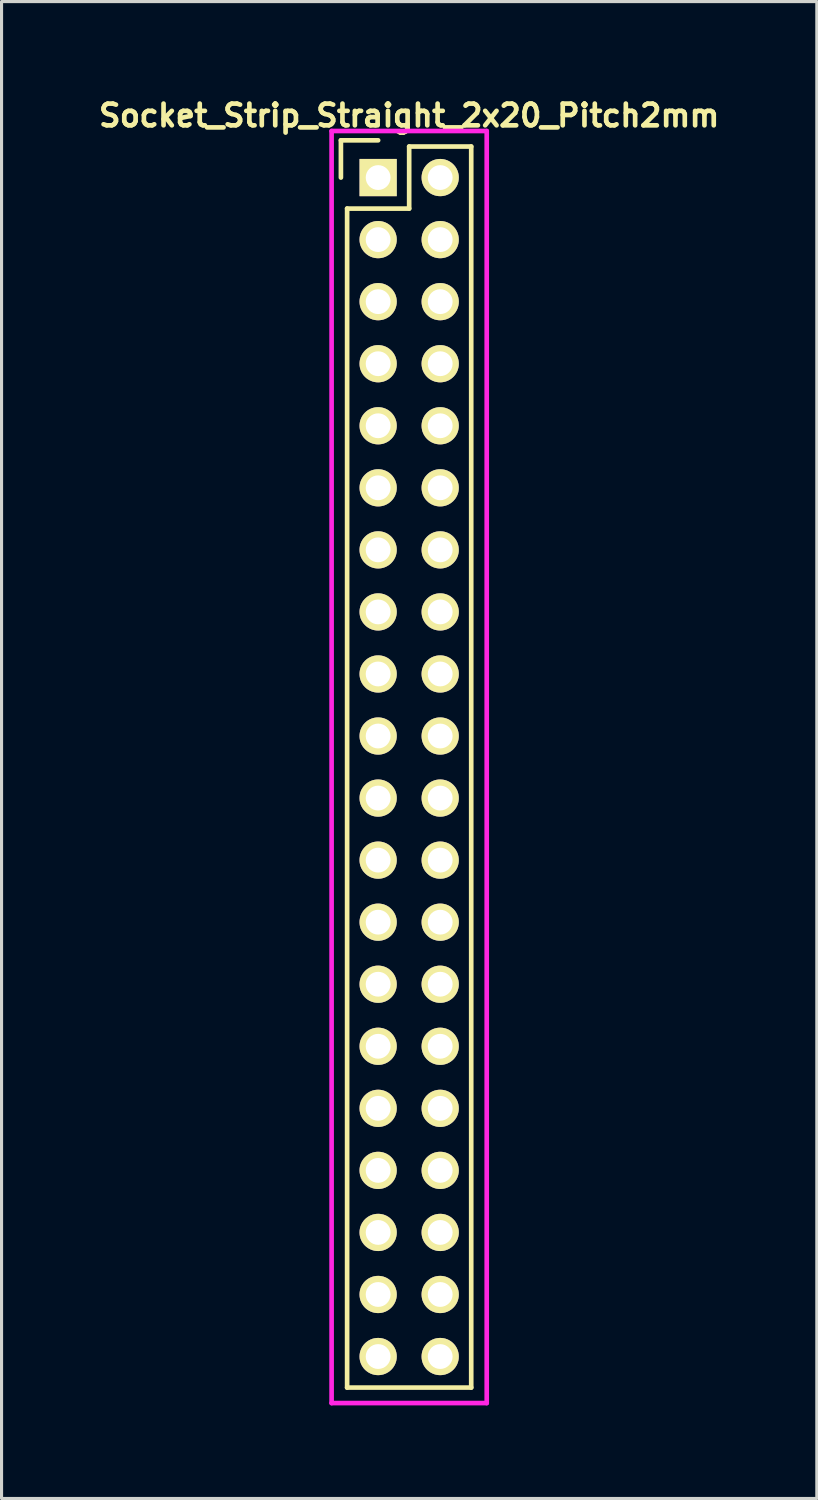
<source format=kicad_pcb>
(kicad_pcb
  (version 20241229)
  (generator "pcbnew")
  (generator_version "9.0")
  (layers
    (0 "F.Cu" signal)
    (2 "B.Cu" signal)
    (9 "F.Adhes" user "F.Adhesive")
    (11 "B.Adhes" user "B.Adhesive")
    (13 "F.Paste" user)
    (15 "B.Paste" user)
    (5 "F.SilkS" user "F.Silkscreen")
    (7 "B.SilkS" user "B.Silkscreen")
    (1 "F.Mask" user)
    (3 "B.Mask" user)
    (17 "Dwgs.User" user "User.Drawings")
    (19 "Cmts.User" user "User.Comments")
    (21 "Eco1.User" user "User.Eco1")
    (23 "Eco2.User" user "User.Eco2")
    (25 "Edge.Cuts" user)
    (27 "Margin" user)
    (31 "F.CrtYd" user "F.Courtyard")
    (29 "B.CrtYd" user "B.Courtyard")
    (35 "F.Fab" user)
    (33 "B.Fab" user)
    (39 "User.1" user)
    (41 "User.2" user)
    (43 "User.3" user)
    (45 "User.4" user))
  (footprint "Socket_Strip_Straight_2x20_Pitch2mm"
    (layer "F.Cu")
    (at 9.138 2.673)
    (property "Reference" "Socket_Strip_Straight_2x20_Pitch2mm" (at 1 -2 0) (layer "F.SilkS") (effects (font (size 0.7 0.7) (thickness 0.15))))
    (attr through_hole)
    (fp_line (start -1.2 -1.2) (end -1.2 0) (stroke (width 0.15) (type solid)) (layer "F.SilkS"))
    (fp_line (start -1 1) (end -1 39) (stroke (width 0.15) (type solid)) (layer "F.SilkS"))
    (fp_line (start -1 39) (end 3 39) (stroke (width 0.15) (type solid)) (layer "F.SilkS"))
    (fp_line (start 0 -1.2) (end -1.2 -1.2) (stroke (width 0.15) (type solid)) (layer "F.SilkS"))
    (fp_line (start 1 -1) (end 1 1) (stroke (width 0.15) (type solid)) (layer "F.SilkS"))
    (fp_line (start 1 1) (end -1 1) (stroke (width 0.15) (type solid)) (layer "F.SilkS"))
    (fp_line (start 3 -1) (end 1 -1) (stroke (width 0.15) (type solid)) (layer "F.SilkS"))
    (fp_line (start 3 39) (end 3 -1) (stroke (width 0.15) (type solid)) (layer "F.SilkS"))
    (fp_line (start -1.5 -1.5) (end 3.5 -1.5) (stroke (width 0.15) (type solid)) (layer "F.CrtYd"))
    (fp_line (start -1.5 39.5) (end -1.5 -1.5) (stroke (width 0.15) (type solid)) (layer "F.CrtYd"))
    (fp_line (start 3.5 -1.5) (end 3.5 39.5) (stroke (width 0.15) (type solid)) (layer "F.CrtYd"))
    (fp_line (start 3.5 39.5) (end -1.5 39.5) (stroke (width 0.15) (type solid)) (layer "F.CrtYd"))
    (pad "1" thru_hole rect (at 0 0) (size 1.2 1.2) (drill 0.8) (layers "*.Cu" "*.Mask" "F.SilkS"))
    (pad "2" thru_hole circle (at 2 0 270) (size 1.2 1.2) (drill 0.8) (layers "*.Cu" "*.Mask" "F.SilkS"))
    (pad "3" thru_hole circle (at 0 2 270) (size 1.2 1.2) (drill 0.8) (layers "*.Cu" "*.Mask" "F.SilkS"))
    (pad "4" thru_hole circle (at 2 2 270) (size 1.2 1.2) (drill 0.8) (layers "*.Cu" "*.Mask" "F.SilkS"))
    (pad "5" thru_hole circle (at 0 4 270) (size 1.2 1.2) (drill 0.8) (layers "*.Cu" "*.Mask" "F.SilkS"))
    (pad "6" thru_hole circle (at 2 4 270) (size 1.2 1.2) (drill 0.8) (layers "*.Cu" "*.Mask" "F.SilkS"))
    (pad "7" thru_hole circle (at 0 6 270) (size 1.2 1.2) (drill 0.8) (layers "*.Cu" "*.Mask" "F.SilkS"))
    (pad "8" thru_hole circle (at 2 6 270) (size 1.2 1.2) (drill 0.8) (layers "*.Cu" "*.Mask" "F.SilkS"))
    (pad "9" thru_hole circle (at 0 8 270) (size 1.2 1.2) (drill 0.8) (layers "*.Cu" "*.Mask" "F.SilkS"))
    (pad "10" thru_hole circle (at 2 8 270) (size 1.2 1.2) (drill 0.8) (layers "*.Cu" "*.Mask" "F.SilkS"))
    (pad "11" thru_hole circle (at 0 10 270) (size 1.2 1.2) (drill 0.8) (layers "*.Cu" "*.Mask" "F.SilkS"))
    (pad "12" thru_hole circle (at 2 10 270) (size 1.2 1.2) (drill 0.8) (layers "*.Cu" "*.Mask" "F.SilkS"))
    (pad "13" thru_hole circle (at 0 12 270) (size 1.2 1.2) (drill 0.8) (layers "*.Cu" "*.Mask" "F.SilkS"))
    (pad "14" thru_hole circle (at 2 12 270) (size 1.2 1.2) (drill 0.8) (layers "*.Cu" "*.Mask" "F.SilkS"))
    (pad "15" thru_hole circle (at 0 14 270) (size 1.2 1.2) (drill 0.8) (layers "*.Cu" "*.Mask" "F.SilkS"))
    (pad "16" thru_hole circle (at 2 14 270) (size 1.2 1.2) (drill 0.8) (layers "*.Cu" "*.Mask" "F.SilkS"))
    (pad "17" thru_hole circle (at 0 16 270) (size 1.2 1.2) (drill 0.8) (layers "*.Cu" "*.Mask" "F.SilkS"))
    (pad "18" thru_hole circle (at 2 16 270) (size 1.2 1.2) (drill 0.8) (layers "*.Cu" "*.Mask" "F.SilkS"))
    (pad "19" thru_hole circle (at 0 18 270) (size 1.2 1.2) (drill 0.8) (layers "*.Cu" "*.Mask" "F.SilkS"))
    (pad "20" thru_hole circle (at 2 18 270) (size 1.2 1.2) (drill 0.8) (layers "*.Cu" "*.Mask" "F.SilkS"))
    (pad "21" thru_hole circle (at 0 20 270) (size 1.2 1.2) (drill 0.8) (layers "*.Cu" "*.Mask" "F.SilkS"))
    (pad "22" thru_hole circle (at 2 20 270) (size 1.2 1.2) (drill 0.8) (layers "*.Cu" "*.Mask" "F.SilkS"))
    (pad "23" thru_hole circle (at 0 22 270) (size 1.2 1.2) (drill 0.8) (layers "*.Cu" "*.Mask" "F.SilkS"))
    (pad "24" thru_hole circle (at 2 22 270) (size 1.2 1.2) (drill 0.8) (layers "*.Cu" "*.Mask" "F.SilkS"))
    (pad "25" thru_hole circle (at 0 24 270) (size 1.2 1.2) (drill 0.8) (layers "*.Cu" "*.Mask" "F.SilkS"))
    (pad "26" thru_hole circle (at 2 24 270) (size 1.2 1.2) (drill 0.8) (layers "*.Cu" "*.Mask" "F.SilkS"))
    (pad "27" thru_hole circle (at 0 26 270) (size 1.2 1.2) (drill 0.8) (layers "*.Cu" "*.Mask" "F.SilkS"))
    (pad "28" thru_hole circle (at 2 26 270) (size 1.2 1.2) (drill 0.8) (layers "*.Cu" "*.Mask" "F.SilkS"))
    (pad "29" thru_hole circle (at 0 28 270) (size 1.2 1.2) (drill 0.8) (layers "*.Cu" "*.Mask" "F.SilkS"))
    (pad "30" thru_hole circle (at 2 28 270) (size 1.2 1.2) (drill 0.8) (layers "*.Cu" "*.Mask" "F.SilkS"))
    (pad "31" thru_hole circle (at 0 30 270) (size 1.2 1.2) (drill 0.8) (layers "*.Cu" "*.Mask" "F.SilkS"))
    (pad "32" thru_hole circle (at 2 30 270) (size 1.2 1.2) (drill 0.8) (layers "*.Cu" "*.Mask" "F.SilkS"))
    (pad "33" thru_hole circle (at 0 32 270) (size 1.2 1.2) (drill 0.8) (layers "*.Cu" "*.Mask" "F.SilkS"))
    (pad "34" thru_hole circle (at 2 32 270) (size 1.2 1.2) (drill 0.8) (layers "*.Cu" "*.Mask" "F.SilkS"))
    (pad "35" thru_hole circle (at 0 34 270) (size 1.2 1.2) (drill 0.8) (layers "*.Cu" "*.Mask" "F.SilkS"))
    (pad "36" thru_hole circle (at 2 34 270) (size 1.2 1.2) (drill 0.8) (layers "*.Cu" "*.Mask" "F.SilkS"))
    (pad "37" thru_hole circle (at 0 36 270) (size 1.2 1.2) (drill 0.8) (layers "*.Cu" "*.Mask" "F.SilkS"))
    (pad "38" thru_hole circle (at 2 36 270) (size 1.2 1.2) (drill 0.8) (layers "*.Cu" "*.Mask" "F.SilkS"))
    (pad "39" thru_hole circle (at 0 38 270) (size 1.2 1.2) (drill 0.8) (layers "*.Cu" "*.Mask" "F.SilkS"))
    (pad "40" thru_hole circle (at 2 38 270) (size 1.2 1.2) (drill 0.8) (layers "*.Cu" "*.Mask" "F.SilkS")))
  (gr_rect
    (start -3 -3)
    (end 23.277 45.248)
    (stroke (width 0.1) (type default))
    (fill no)
    (layer "Edge.Cuts")))
</source>
